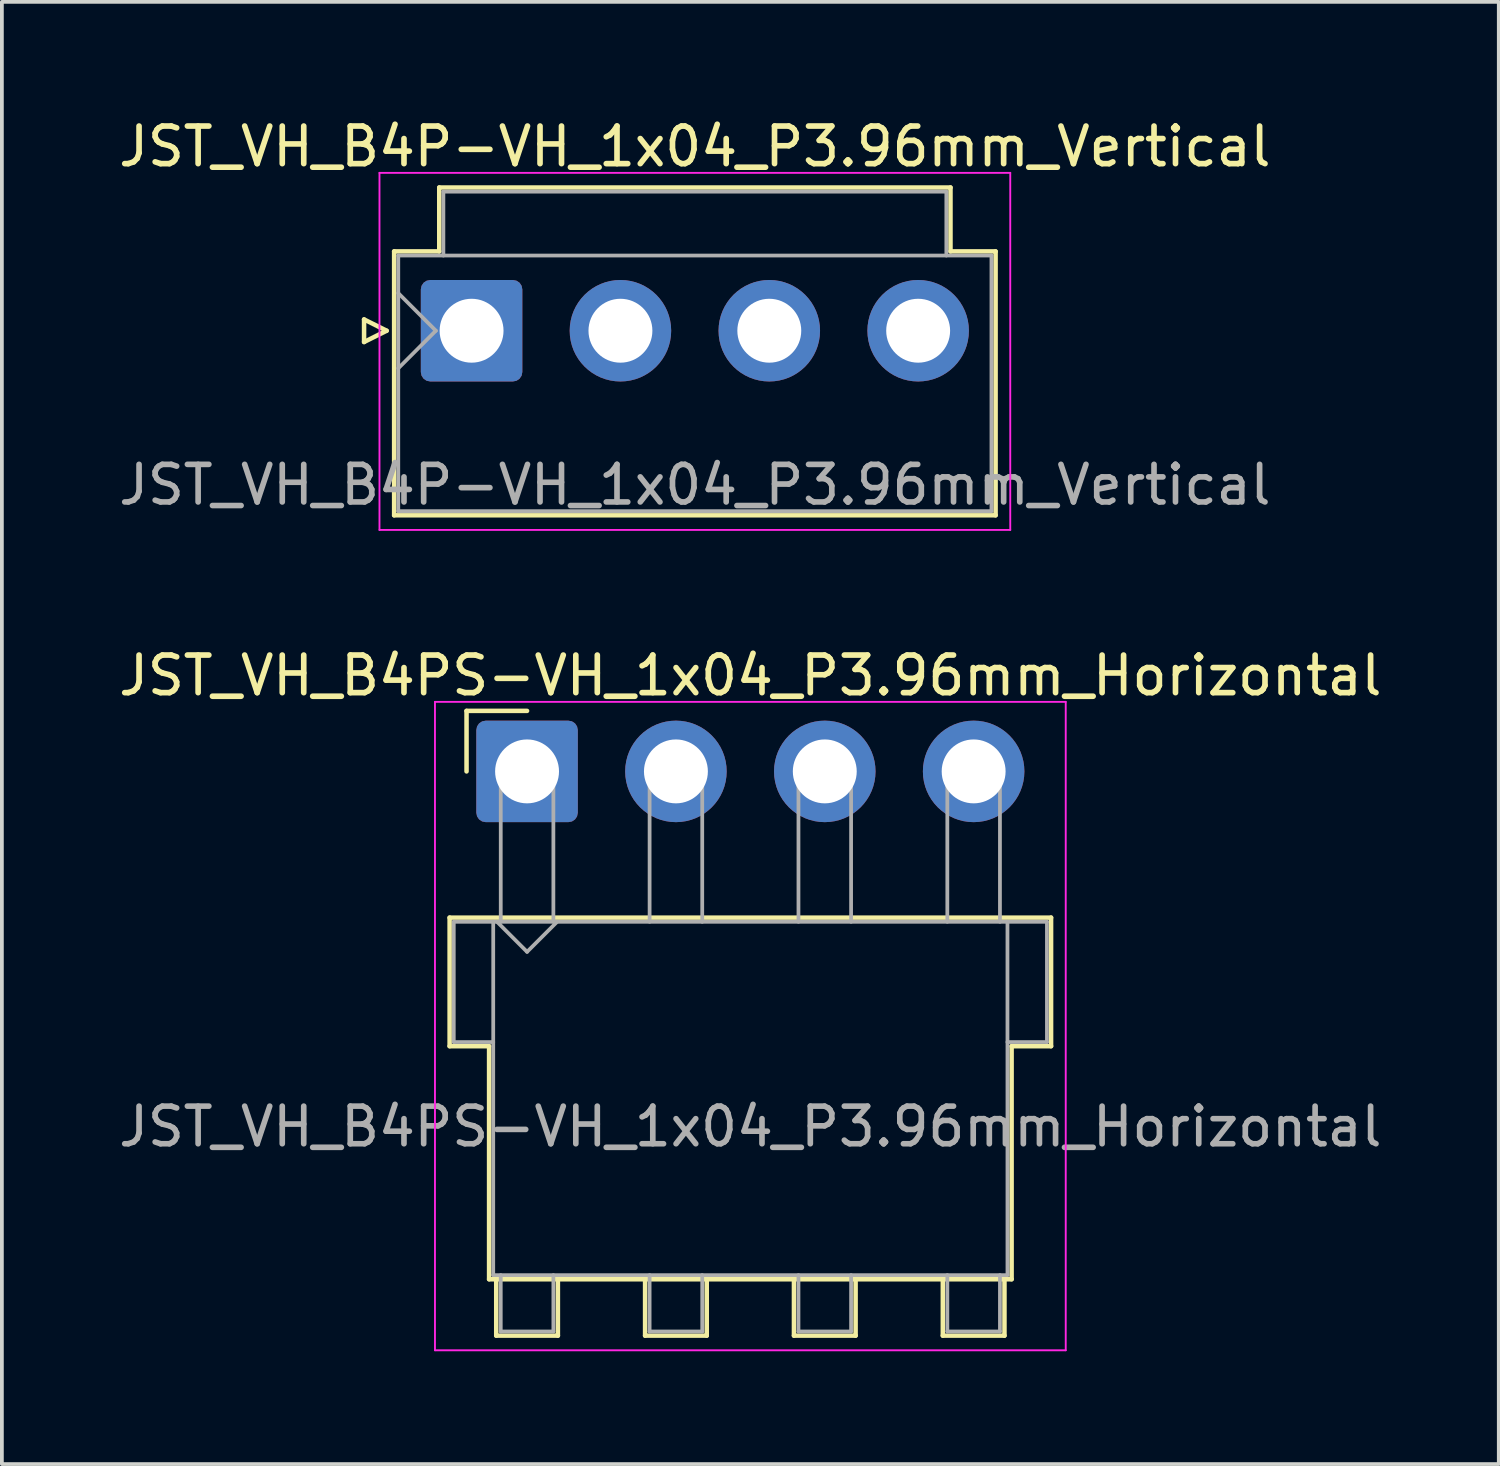
<source format=kicad_pcb>
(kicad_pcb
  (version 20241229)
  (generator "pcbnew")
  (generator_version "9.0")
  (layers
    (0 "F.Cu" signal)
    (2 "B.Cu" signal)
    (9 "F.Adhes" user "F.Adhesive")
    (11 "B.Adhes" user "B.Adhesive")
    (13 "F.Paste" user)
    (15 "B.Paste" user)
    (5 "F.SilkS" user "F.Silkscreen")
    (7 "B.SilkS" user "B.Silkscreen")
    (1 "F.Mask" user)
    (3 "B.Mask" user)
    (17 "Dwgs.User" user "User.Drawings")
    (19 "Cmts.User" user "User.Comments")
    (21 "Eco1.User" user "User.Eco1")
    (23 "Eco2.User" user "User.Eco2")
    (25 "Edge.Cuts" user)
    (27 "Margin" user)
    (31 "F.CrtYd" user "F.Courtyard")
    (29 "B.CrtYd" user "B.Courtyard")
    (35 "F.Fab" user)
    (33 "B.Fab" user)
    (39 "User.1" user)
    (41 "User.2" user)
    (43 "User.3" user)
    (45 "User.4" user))
  (footprint "JST_VH_B4PS-VH_1x04_P3.96mm_Horizontal"
    (layer "F.Cu")
    (at 10.971 17.471)
    (property "Reference" "JST_VH_B4PS-VH_1x04_P3.96mm_Horizontal" (at 5.94 -2.55 0) (layer "F.SilkS") (effects (font (size 1 1) (thickness 0.15))))
    (attr through_hole)
    (fp_line (start -2.06 3.89) (end 13.94 3.89) (stroke (width 0.12) (type solid)) (layer "F.SilkS"))
    (fp_line (start -2.06 7.31) (end -2.06 3.89) (stroke (width 0.12) (type solid)) (layer "F.SilkS"))
    (fp_line (start -1.61 -1.61) (end -1.61 0) (stroke (width 0.12) (type solid)) (layer "F.SilkS"))
    (fp_line (start -1.01 7.31) (end -2.06 7.31) (stroke (width 0.12) (type solid)) (layer "F.SilkS"))
    (fp_line (start -1.01 13.51) (end -1.01 7.31) (stroke (width 0.12) (type solid)) (layer "F.SilkS"))
    (fp_line (start -0.82 13.51) (end -0.82 15.01) (stroke (width 0.12) (type solid)) (layer "F.SilkS"))
    (fp_line (start -0.82 15.01) (end 0.82 15.01) (stroke (width 0.12) (type solid)) (layer "F.SilkS"))
    (fp_line (start 0 -1.61) (end -1.61 -1.61) (stroke (width 0.12) (type solid)) (layer "F.SilkS"))
    (fp_line (start 0.82 15.01) (end 0.82 13.51) (stroke (width 0.12) (type solid)) (layer "F.SilkS"))
    (fp_line (start 3.14 13.51) (end 3.14 15.01) (stroke (width 0.12) (type solid)) (layer "F.SilkS"))
    (fp_line (start 3.14 15.01) (end 4.78 15.01) (stroke (width 0.12) (type solid)) (layer "F.SilkS"))
    (fp_line (start 4.78 15.01) (end 4.78 13.51) (stroke (width 0.12) (type solid)) (layer "F.SilkS"))
    (fp_line (start 7.1 13.51) (end 7.1 15.01) (stroke (width 0.12) (type solid)) (layer "F.SilkS"))
    (fp_line (start 7.1 15.01) (end 8.74 15.01) (stroke (width 0.12) (type solid)) (layer "F.SilkS"))
    (fp_line (start 8.74 15.01) (end 8.74 13.51) (stroke (width 0.12) (type solid)) (layer "F.SilkS"))
    (fp_line (start 11.06 13.51) (end 11.06 15.01) (stroke (width 0.12) (type solid)) (layer "F.SilkS"))
    (fp_line (start 11.06 15.01) (end 12.7 15.01) (stroke (width 0.12) (type solid)) (layer "F.SilkS"))
    (fp_line (start 12.7 15.01) (end 12.7 13.51) (stroke (width 0.12) (type solid)) (layer "F.SilkS"))
    (fp_line (start 12.89 7.31) (end 12.89 13.51) (stroke (width 0.12) (type solid)) (layer "F.SilkS"))
    (fp_line (start 12.89 13.51) (end -1.01 13.51) (stroke (width 0.12) (type solid)) (layer "F.SilkS"))
    (fp_line (start 13.94 3.89) (end 13.94 7.31) (stroke (width 0.12) (type solid)) (layer "F.SilkS"))
    (fp_line (start 13.94 7.31) (end 12.89 7.31) (stroke (width 0.12) (type solid)) (layer "F.SilkS"))
    (fp_line (start -2.45 -1.85) (end -2.45 15.4) (stroke (width 0.05) (type solid)) (layer "F.CrtYd"))
    (fp_line (start -2.45 15.4) (end 14.33 15.4) (stroke (width 0.05) (type solid)) (layer "F.CrtYd"))
    (fp_line (start 14.33 -1.85) (end -2.45 -1.85) (stroke (width 0.05) (type solid)) (layer "F.CrtYd"))
    (fp_line (start 14.33 15.4) (end 14.33 -1.85) (stroke (width 0.05) (type solid)) (layer "F.CrtYd"))
    (fp_line (start -1.95 4) (end -0.9 4) (stroke (width 0.1) (type solid)) (layer "F.Fab"))
    (fp_line (start -1.95 7.2) (end -1.95 4) (stroke (width 0.1) (type solid)) (layer "F.Fab"))
    (fp_line (start -0.9 4) (end -0.9 13.4) (stroke (width 0.1) (type solid)) (layer "F.Fab"))
    (fp_line (start -0.9 7.2) (end -1.95 7.2) (stroke (width 0.1) (type solid)) (layer "F.Fab"))
    (fp_line (start -0.9 13.4) (end 12.78 13.4) (stroke (width 0.1) (type solid)) (layer "F.Fab"))
    (fp_line (start -0.8 4) (end 0 4.8) (stroke (width 0.1) (type solid)) (layer "F.Fab"))
    (fp_line (start -0.7 0) (end 0.7 0) (stroke (width 0.1) (type solid)) (layer "F.Fab"))
    (fp_line (start -0.7 4) (end -0.7 0) (stroke (width 0.1) (type solid)) (layer "F.Fab"))
    (fp_line (start -0.7 13.4) (end -0.7 14.9) (stroke (width 0.1) (type solid)) (layer "F.Fab"))
    (fp_line (start -0.7 14.9) (end 0.7 14.9) (stroke (width 0.1) (type solid)) (layer "F.Fab"))
    (fp_line (start 0 4.8) (end 0.8 4) (stroke (width 0.1) (type solid)) (layer "F.Fab"))
    (fp_line (start 0.7 0) (end 0.7 4) (stroke (width 0.1) (type solid)) (layer "F.Fab"))
    (fp_line (start 0.7 14.9) (end 0.7 13.4) (stroke (width 0.1) (type solid)) (layer "F.Fab"))
    (fp_line (start 3.26 0) (end 4.66 0) (stroke (width 0.1) (type solid)) (layer "F.Fab"))
    (fp_line (start 3.26 4) (end 3.26 0) (stroke (width 0.1) (type solid)) (layer "F.Fab"))
    (fp_line (start 3.26 13.4) (end 3.26 14.9) (stroke (width 0.1) (type solid)) (layer "F.Fab"))
    (fp_line (start 3.26 14.9) (end 4.66 14.9) (stroke (width 0.1) (type solid)) (layer "F.Fab"))
    (fp_line (start 4.66 0) (end 4.66 4) (stroke (width 0.1) (type solid)) (layer "F.Fab"))
    (fp_line (start 4.66 14.9) (end 4.66 13.4) (stroke (width 0.1) (type solid)) (layer "F.Fab"))
    (fp_line (start 7.22 0) (end 8.62 0) (stroke (width 0.1) (type solid)) (layer "F.Fab"))
    (fp_line (start 7.22 4) (end 7.22 0) (stroke (width 0.1) (type solid)) (layer "F.Fab"))
    (fp_line (start 7.22 13.4) (end 7.22 14.9) (stroke (width 0.1) (type solid)) (layer "F.Fab"))
    (fp_line (start 7.22 14.9) (end 8.62 14.9) (stroke (width 0.1) (type solid)) (layer "F.Fab"))
    (fp_line (start 8.62 0) (end 8.62 4) (stroke (width 0.1) (type solid)) (layer "F.Fab"))
    (fp_line (start 8.62 14.9) (end 8.62 13.4) (stroke (width 0.1) (type solid)) (layer "F.Fab"))
    (fp_line (start 11.18 0) (end 12.58 0) (stroke (width 0.1) (type solid)) (layer "F.Fab"))
    (fp_line (start 11.18 4) (end 11.18 0) (stroke (width 0.1) (type solid)) (layer "F.Fab"))
    (fp_line (start 11.18 13.4) (end 11.18 14.9) (stroke (width 0.1) (type solid)) (layer "F.Fab"))
    (fp_line (start 11.18 14.9) (end 12.58 14.9) (stroke (width 0.1) (type solid)) (layer "F.Fab"))
    (fp_line (start 12.58 0) (end 12.58 4) (stroke (width 0.1) (type solid)) (layer "F.Fab"))
    (fp_line (start 12.58 14.9) (end 12.58 13.4) (stroke (width 0.1) (type solid)) (layer "F.Fab"))
    (fp_line (start 12.78 4) (end -0.9 4) (stroke (width 0.1) (type solid)) (layer "F.Fab"))
    (fp_line (start 12.78 4) (end 13.83 4) (stroke (width 0.1) (type solid)) (layer "F.Fab"))
    (fp_line (start 12.78 13.4) (end 12.78 4) (stroke (width 0.1) (type solid)) (layer "F.Fab"))
    (fp_line (start 13.83 4) (end 13.83 7.2) (stroke (width 0.1) (type solid)) (layer "F.Fab"))
    (fp_line (start 13.83 7.2) (end 12.78 7.2) (stroke (width 0.1) (type solid)) (layer "F.Fab"))
    (fp_text user "${REFERENCE}" (at 5.94 9.45 0) (layer "F.Fab") (effects (font (size 1 1) (thickness 0.15))))
    (pad "1" thru_hole roundrect (at 0 0) (size 2.7 2.7) (drill 1.7) (layers "*.Cu" "*.Mask") (roundrect_rratio 0.093))
    (pad "2" thru_hole circle (at 3.96 0) (size 2.7 2.7) (drill 1.7) (layers "*.Cu" "*.Mask"))
    (pad "3" thru_hole circle (at 7.92 0) (size 2.7 2.7) (drill 1.7) (layers "*.Cu" "*.Mask"))
    (pad "4" thru_hole circle (at 11.88 0) (size 2.7 2.7) (drill 1.7) (layers "*.Cu" "*.Mask")))
  (footprint "JST_VH_B4P-VH_1x04_P3.96mm_Vertical"
    (layer "F.Cu")
    (at 9.495 5.748)
    (property "Reference" "JST_VH_B4P-VH_1x04_P3.96mm_Vertical" (at 5.94 -4.9 0) (layer "F.SilkS") (effects (font (size 1 1) (thickness 0.15))))
    (attr through_hole)
    (fp_line (start -2.86 -0.3) (end -2.26 0) (stroke (width 0.12) (type solid)) (layer "F.SilkS"))
    (fp_line (start -2.86 0.3) (end -2.86 -0.3) (stroke (width 0.12) (type solid)) (layer "F.SilkS"))
    (fp_line (start -2.26 0) (end -2.86 0.3) (stroke (width 0.12) (type solid)) (layer "F.SilkS"))
    (fp_line (start -2.06 -2.11) (end -0.86 -2.11) (stroke (width 0.12) (type solid)) (layer "F.SilkS"))
    (fp_line (start -2.06 4.91) (end -2.06 -2.11) (stroke (width 0.12) (type solid)) (layer "F.SilkS"))
    (fp_line (start -0.86 -3.81) (end 12.74 -3.81) (stroke (width 0.12) (type solid)) (layer "F.SilkS"))
    (fp_line (start -0.86 -2.11) (end -0.86 -3.81) (stroke (width 0.12) (type solid)) (layer "F.SilkS"))
    (fp_line (start 12.74 -3.81) (end 12.74 -2.11) (stroke (width 0.12) (type solid)) (layer "F.SilkS"))
    (fp_line (start 12.74 -2.11) (end 13.94 -2.11) (stroke (width 0.12) (type solid)) (layer "F.SilkS"))
    (fp_line (start 13.94 -2.11) (end 13.94 4.91) (stroke (width 0.12) (type solid)) (layer "F.SilkS"))
    (fp_line (start 13.94 4.91) (end -2.06 4.91) (stroke (width 0.12) (type solid)) (layer "F.SilkS"))
    (fp_line (start -2.45 -4.2) (end -2.45 5.3) (stroke (width 0.05) (type solid)) (layer "F.CrtYd"))
    (fp_line (start -2.45 5.3) (end 14.33 5.3) (stroke (width 0.05) (type solid)) (layer "F.CrtYd"))
    (fp_line (start 14.33 -4.2) (end -2.45 -4.2) (stroke (width 0.05) (type solid)) (layer "F.CrtYd"))
    (fp_line (start 14.33 5.3) (end 14.33 -4.2) (stroke (width 0.05) (type solid)) (layer "F.CrtYd"))
    (fp_line (start -1.95 -2) (end -1.95 4.8) (stroke (width 0.1) (type solid)) (layer "F.Fab"))
    (fp_line (start -1.95 -1) (end -0.95 0) (stroke (width 0.1) (type solid)) (layer "F.Fab"))
    (fp_line (start -1.95 1) (end -0.95 0) (stroke (width 0.1) (type solid)) (layer "F.Fab"))
    (fp_line (start -1.95 4.8) (end 13.83 4.8) (stroke (width 0.1) (type solid)) (layer "F.Fab"))
    (fp_line (start -0.75 -3.7) (end 12.63 -3.7) (stroke (width 0.1) (type solid)) (layer "F.Fab"))
    (fp_line (start -0.75 -2) (end -0.75 -3.7) (stroke (width 0.1) (type solid)) (layer "F.Fab"))
    (fp_line (start 12.63 -3.7) (end 12.63 -2) (stroke (width 0.1) (type solid)) (layer "F.Fab"))
    (fp_line (start 13.83 -2) (end -1.95 -2) (stroke (width 0.1) (type solid)) (layer "F.Fab"))
    (fp_line (start 13.83 4.8) (end 13.83 -2) (stroke (width 0.1) (type solid)) (layer "F.Fab"))
    (fp_text user "${REFERENCE}" (at 5.94 4.1 0) (layer "F.Fab") (effects (font (size 1 1) (thickness 0.15))))
    (pad "1" thru_hole roundrect (at 0 0) (size 2.7 2.7) (drill 1.7) (layers "*.Cu" "*.Mask") (roundrect_rratio 0.093))
    (pad "2" thru_hole circle (at 3.96 0) (size 2.7 2.7) (drill 1.7) (layers "*.Cu" "*.Mask"))
    (pad "3" thru_hole circle (at 7.92 0) (size 2.7 2.7) (drill 1.7) (layers "*.Cu" "*.Mask"))
    (pad "4" thru_hole circle (at 11.88 0) (size 2.7 2.7) (drill 1.7) (layers "*.Cu" "*.Mask")))
  (gr_rect
    (start -3 -3)
    (end 36.821 35.897)
    (stroke (width 0.1) (type default))
    (fill no)
    (layer "Edge.Cuts")))
</source>
